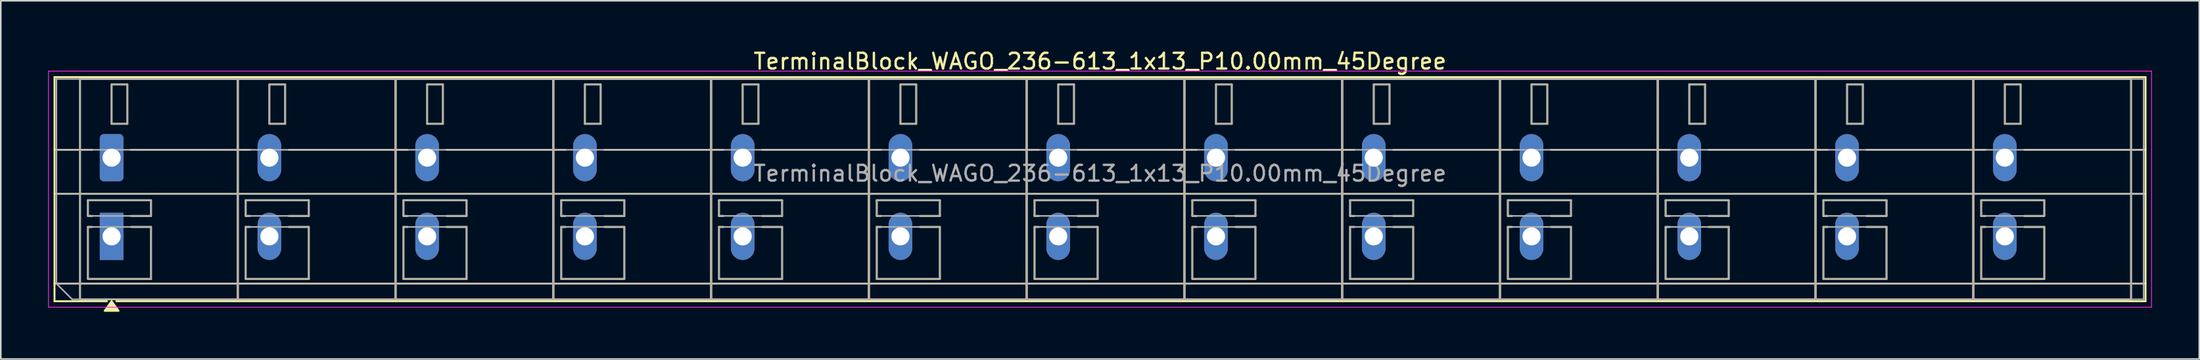
<source format=kicad_pcb>
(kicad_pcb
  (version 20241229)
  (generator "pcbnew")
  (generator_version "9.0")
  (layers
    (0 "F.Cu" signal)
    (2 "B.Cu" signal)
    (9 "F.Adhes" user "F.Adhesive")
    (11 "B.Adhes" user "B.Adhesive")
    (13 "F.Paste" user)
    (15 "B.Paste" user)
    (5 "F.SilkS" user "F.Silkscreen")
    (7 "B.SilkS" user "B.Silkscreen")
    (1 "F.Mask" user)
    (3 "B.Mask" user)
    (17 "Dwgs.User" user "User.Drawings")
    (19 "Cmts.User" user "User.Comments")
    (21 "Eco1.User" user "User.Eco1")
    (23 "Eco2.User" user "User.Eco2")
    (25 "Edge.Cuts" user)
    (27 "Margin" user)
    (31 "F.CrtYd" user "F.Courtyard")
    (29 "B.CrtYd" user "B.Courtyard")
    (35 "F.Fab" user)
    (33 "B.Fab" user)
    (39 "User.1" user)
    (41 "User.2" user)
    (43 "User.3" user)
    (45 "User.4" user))
  (footprint "TerminalBlock_WAGO_236-613_1x13_P10.00mm_45Degree"
    (layer "F.Cu")
    (at 4.025 6.968)
    (property "Reference" "TerminalBlock_WAGO_236-613_1x13_P10.00mm_45Degree" (at 62.65 -6.12 0) (layer "F.SilkS") (effects (font (size 1 1) (thickness 0.15))))
    (attr through_hole)
    (fp_line (start -3.62 -5.12) (end 128.92 -5.12) (stroke (width 0.12) (type solid)) (layer "F.SilkS"))
    (fp_line (start -3.62 -0.5) (end -1.23 -0.5) (stroke (width 0.12) (type solid)) (layer "F.SilkS"))
    (fp_line (start -3.62 2.3) (end 128.92 2.3) (stroke (width 0.12) (type solid)) (layer "F.SilkS"))
    (fp_line (start -3.62 8) (end 128.92 8) (stroke (width 0.12) (type solid)) (layer "F.SilkS"))
    (fp_line (start -3.62 9.12) (end -3.62 -5.12) (stroke (width 0.12) (type solid)) (layer "F.SilkS"))
    (fp_line (start -2 -5) (end 8 -5) (stroke (width 0.12) (type solid)) (layer "F.SilkS"))
    (fp_line (start -2 9) (end -2 -5) (stroke (width 0.12) (type solid)) (layer "F.SilkS"))
    (fp_line (start -1.5 2.7) (end 2.5 2.7) (stroke (width 0.12) (type solid)) (layer "F.SilkS"))
    (fp_line (start -1.5 3.7) (end -1.5 2.7) (stroke (width 0.12) (type solid)) (layer "F.SilkS"))
    (fp_line (start -1.5 4.4) (end -1.23 4.4) (stroke (width 0.12) (type solid)) (layer "F.SilkS"))
    (fp_line (start -1.5 7.7) (end -1.5 4.4) (stroke (width 0.12) (type solid)) (layer "F.SilkS"))
    (fp_line (start -1.23 3.7) (end -1.5 3.7) (stroke (width 0.12) (type solid)) (layer "F.SilkS"))
    (fp_line (start -0.3 9.12) (end -3.62 9.12) (stroke (width 0.12) (type solid)) (layer "F.SilkS"))
    (fp_line (start 0 -4.65) (end 1 -4.65) (stroke (width 0.12) (type solid)) (layer "F.SilkS"))
    (fp_line (start 0 -2.15) (end 0 -4.65) (stroke (width 0.12) (type solid)) (layer "F.SilkS"))
    (fp_line (start 1 -4.65) (end 1 -2.15) (stroke (width 0.12) (type solid)) (layer "F.SilkS"))
    (fp_line (start 1 -2.15) (end 0 -2.15) (stroke (width 0.12) (type solid)) (layer "F.SilkS"))
    (fp_line (start 1.23 -0.5) (end 8.77 -0.5) (stroke (width 0.12) (type solid)) (layer "F.SilkS"))
    (fp_line (start 1.23 4.4) (end 2.5 4.4) (stroke (width 0.12) (type solid)) (layer "F.SilkS"))
    (fp_line (start 2.5 2.7) (end 2.5 3.7) (stroke (width 0.12) (type solid)) (layer "F.SilkS"))
    (fp_line (start 2.5 3.7) (end 1.23 3.7) (stroke (width 0.12) (type solid)) (layer "F.SilkS"))
    (fp_line (start 2.5 4.4) (end 2.5 7.7) (stroke (width 0.12) (type solid)) (layer "F.SilkS"))
    (fp_line (start 2.5 7.7) (end -1.5 7.7) (stroke (width 0.12) (type solid)) (layer "F.SilkS"))
    (fp_line (start 8 -5) (end 8 9) (stroke (width 0.12) (type solid)) (layer "F.SilkS"))
    (fp_line (start 8 -5) (end 18 -5) (stroke (width 0.12) (type solid)) (layer "F.SilkS"))
    (fp_line (start 8 9) (end -2 9) (stroke (width 0.12) (type solid)) (layer "F.SilkS"))
    (fp_line (start 8 9) (end 8 -5) (stroke (width 0.12) (type solid)) (layer "F.SilkS"))
    (fp_line (start 8.5 2.7) (end 12.5 2.7) (stroke (width 0.12) (type solid)) (layer "F.SilkS"))
    (fp_line (start 8.5 3.7) (end 8.5 2.7) (stroke (width 0.12) (type solid)) (layer "F.SilkS"))
    (fp_line (start 8.5 4.4) (end 8.77 4.4) (stroke (width 0.12) (type solid)) (layer "F.SilkS"))
    (fp_line (start 8.5 7.7) (end 8.5 4.4) (stroke (width 0.12) (type solid)) (layer "F.SilkS"))
    (fp_line (start 8.77 3.7) (end 8.5 3.7) (stroke (width 0.12) (type solid)) (layer "F.SilkS"))
    (fp_line (start 10 -4.65) (end 11 -4.65) (stroke (width 0.12) (type solid)) (layer "F.SilkS"))
    (fp_line (start 10 -2.15) (end 10 -4.65) (stroke (width 0.12) (type solid)) (layer "F.SilkS"))
    (fp_line (start 11 -4.65) (end 11 -2.15) (stroke (width 0.12) (type solid)) (layer "F.SilkS"))
    (fp_line (start 11 -2.15) (end 10 -2.15) (stroke (width 0.12) (type solid)) (layer "F.SilkS"))
    (fp_line (start 11.23 -0.5) (end 18.77 -0.5) (stroke (width 0.12) (type solid)) (layer "F.SilkS"))
    (fp_line (start 11.23 4.4) (end 12.5 4.4) (stroke (width 0.12) (type solid)) (layer "F.SilkS"))
    (fp_line (start 12.5 2.7) (end 12.5 3.7) (stroke (width 0.12) (type solid)) (layer "F.SilkS"))
    (fp_line (start 12.5 3.7) (end 11.23 3.7) (stroke (width 0.12) (type solid)) (layer "F.SilkS"))
    (fp_line (start 12.5 4.4) (end 12.5 7.7) (stroke (width 0.12) (type solid)) (layer "F.SilkS"))
    (fp_line (start 12.5 7.7) (end 8.5 7.7) (stroke (width 0.12) (type solid)) (layer "F.SilkS"))
    (fp_line (start 18 -5) (end 18 9) (stroke (width 0.12) (type solid)) (layer "F.SilkS"))
    (fp_line (start 18 -5) (end 28 -5) (stroke (width 0.12) (type solid)) (layer "F.SilkS"))
    (fp_line (start 18 9) (end 8 9) (stroke (width 0.12) (type solid)) (layer "F.SilkS"))
    (fp_line (start 18 9) (end 18 -5) (stroke (width 0.12) (type solid)) (layer "F.SilkS"))
    (fp_line (start 18.5 2.7) (end 22.5 2.7) (stroke (width 0.12) (type solid)) (layer "F.SilkS"))
    (fp_line (start 18.5 3.7) (end 18.5 2.7) (stroke (width 0.12) (type solid)) (layer "F.SilkS"))
    (fp_line (start 18.5 4.4) (end 18.77 4.4) (stroke (width 0.12) (type solid)) (layer "F.SilkS"))
    (fp_line (start 18.5 7.7) (end 18.5 4.4) (stroke (width 0.12) (type solid)) (layer "F.SilkS"))
    (fp_line (start 18.77 3.7) (end 18.5 3.7) (stroke (width 0.12) (type solid)) (layer "F.SilkS"))
    (fp_line (start 20 -4.65) (end 21 -4.65) (stroke (width 0.12) (type solid)) (layer "F.SilkS"))
    (fp_line (start 20 -2.15) (end 20 -4.65) (stroke (width 0.12) (type solid)) (layer "F.SilkS"))
    (fp_line (start 21 -4.65) (end 21 -2.15) (stroke (width 0.12) (type solid)) (layer "F.SilkS"))
    (fp_line (start 21 -2.15) (end 20 -2.15) (stroke (width 0.12) (type solid)) (layer "F.SilkS"))
    (fp_line (start 21.23 -0.5) (end 28.77 -0.5) (stroke (width 0.12) (type solid)) (layer "F.SilkS"))
    (fp_line (start 21.23 4.4) (end 22.5 4.4) (stroke (width 0.12) (type solid)) (layer "F.SilkS"))
    (fp_line (start 22.5 2.7) (end 22.5 3.7) (stroke (width 0.12) (type solid)) (layer "F.SilkS"))
    (fp_line (start 22.5 3.7) (end 21.23 3.7) (stroke (width 0.12) (type solid)) (layer "F.SilkS"))
    (fp_line (start 22.5 4.4) (end 22.5 7.7) (stroke (width 0.12) (type solid)) (layer "F.SilkS"))
    (fp_line (start 22.5 7.7) (end 18.5 7.7) (stroke (width 0.12) (type solid)) (layer "F.SilkS"))
    (fp_line (start 28 -5) (end 28 9) (stroke (width 0.12) (type solid)) (layer "F.SilkS"))
    (fp_line (start 28 -5) (end 38 -5) (stroke (width 0.12) (type solid)) (layer "F.SilkS"))
    (fp_line (start 28 9) (end 18 9) (stroke (width 0.12) (type solid)) (layer "F.SilkS"))
    (fp_line (start 28 9) (end 28 -5) (stroke (width 0.12) (type solid)) (layer "F.SilkS"))
    (fp_line (start 28.5 2.7) (end 32.5 2.7) (stroke (width 0.12) (type solid)) (layer "F.SilkS"))
    (fp_line (start 28.5 3.7) (end 28.5 2.7) (stroke (width 0.12) (type solid)) (layer "F.SilkS"))
    (fp_line (start 28.5 4.4) (end 28.77 4.4) (stroke (width 0.12) (type solid)) (layer "F.SilkS"))
    (fp_line (start 28.5 7.7) (end 28.5 4.4) (stroke (width 0.12) (type solid)) (layer "F.SilkS"))
    (fp_line (start 28.77 3.7) (end 28.5 3.7) (stroke (width 0.12) (type solid)) (layer "F.SilkS"))
    (fp_line (start 30 -4.65) (end 31 -4.65) (stroke (width 0.12) (type solid)) (layer "F.SilkS"))
    (fp_line (start 30 -2.15) (end 30 -4.65) (stroke (width 0.12) (type solid)) (layer "F.SilkS"))
    (fp_line (start 31 -4.65) (end 31 -2.15) (stroke (width 0.12) (type solid)) (layer "F.SilkS"))
    (fp_line (start 31 -2.15) (end 30 -2.15) (stroke (width 0.12) (type solid)) (layer "F.SilkS"))
    (fp_line (start 31.23 -0.5) (end 38.77 -0.5) (stroke (width 0.12) (type solid)) (layer "F.SilkS"))
    (fp_line (start 31.23 4.4) (end 32.5 4.4) (stroke (width 0.12) (type solid)) (layer "F.SilkS"))
    (fp_line (start 32.5 2.7) (end 32.5 3.7) (stroke (width 0.12) (type solid)) (layer "F.SilkS"))
    (fp_line (start 32.5 3.7) (end 31.23 3.7) (stroke (width 0.12) (type solid)) (layer "F.SilkS"))
    (fp_line (start 32.5 4.4) (end 32.5 7.7) (stroke (width 0.12) (type solid)) (layer "F.SilkS"))
    (fp_line (start 32.5 7.7) (end 28.5 7.7) (stroke (width 0.12) (type solid)) (layer "F.SilkS"))
    (fp_line (start 38 -5) (end 38 9) (stroke (width 0.12) (type solid)) (layer "F.SilkS"))
    (fp_line (start 38 -5) (end 48 -5) (stroke (width 0.12) (type solid)) (layer "F.SilkS"))
    (fp_line (start 38 9) (end 28 9) (stroke (width 0.12) (type solid)) (layer "F.SilkS"))
    (fp_line (start 38 9) (end 38 -5) (stroke (width 0.12) (type solid)) (layer "F.SilkS"))
    (fp_line (start 38.5 2.7) (end 42.5 2.7) (stroke (width 0.12) (type solid)) (layer "F.SilkS"))
    (fp_line (start 38.5 3.7) (end 38.5 2.7) (stroke (width 0.12) (type solid)) (layer "F.SilkS"))
    (fp_line (start 38.5 4.4) (end 38.77 4.4) (stroke (width 0.12) (type solid)) (layer "F.SilkS"))
    (fp_line (start 38.5 7.7) (end 38.5 4.4) (stroke (width 0.12) (type solid)) (layer "F.SilkS"))
    (fp_line (start 38.77 3.7) (end 38.5 3.7) (stroke (width 0.12) (type solid)) (layer "F.SilkS"))
    (fp_line (start 40 -4.65) (end 41 -4.65) (stroke (width 0.12) (type solid)) (layer "F.SilkS"))
    (fp_line (start 40 -2.15) (end 40 -4.65) (stroke (width 0.12) (type solid)) (layer "F.SilkS"))
    (fp_line (start 41 -4.65) (end 41 -2.15) (stroke (width 0.12) (type solid)) (layer "F.SilkS"))
    (fp_line (start 41 -2.15) (end 40 -2.15) (stroke (width 0.12) (type solid)) (layer "F.SilkS"))
    (fp_line (start 41.23 -0.5) (end 48.77 -0.5) (stroke (width 0.12) (type solid)) (layer "F.SilkS"))
    (fp_line (start 41.23 4.4) (end 42.5 4.4) (stroke (width 0.12) (type solid)) (layer "F.SilkS"))
    (fp_line (start 42.5 2.7) (end 42.5 3.7) (stroke (width 0.12) (type solid)) (layer "F.SilkS"))
    (fp_line (start 42.5 3.7) (end 41.23 3.7) (stroke (width 0.12) (type solid)) (layer "F.SilkS"))
    (fp_line (start 42.5 4.4) (end 42.5 7.7) (stroke (width 0.12) (type solid)) (layer "F.SilkS"))
    (fp_line (start 42.5 7.7) (end 38.5 7.7) (stroke (width 0.12) (type solid)) (layer "F.SilkS"))
    (fp_line (start 48 -5) (end 48 9) (stroke (width 0.12) (type solid)) (layer "F.SilkS"))
    (fp_line (start 48 -5) (end 58 -5) (stroke (width 0.12) (type solid)) (layer "F.SilkS"))
    (fp_line (start 48 9) (end 38 9) (stroke (width 0.12) (type solid)) (layer "F.SilkS"))
    (fp_line (start 48 9) (end 48 -5) (stroke (width 0.12) (type solid)) (layer "F.SilkS"))
    (fp_line (start 48.5 2.7) (end 52.5 2.7) (stroke (width 0.12) (type solid)) (layer "F.SilkS"))
    (fp_line (start 48.5 3.7) (end 48.5 2.7) (stroke (width 0.12) (type solid)) (layer "F.SilkS"))
    (fp_line (start 48.5 4.4) (end 48.77 4.4) (stroke (width 0.12) (type solid)) (layer "F.SilkS"))
    (fp_line (start 48.5 7.7) (end 48.5 4.4) (stroke (width 0.12) (type solid)) (layer "F.SilkS"))
    (fp_line (start 48.77 3.7) (end 48.5 3.7) (stroke (width 0.12) (type solid)) (layer "F.SilkS"))
    (fp_line (start 50 -4.65) (end 51 -4.65) (stroke (width 0.12) (type solid)) (layer "F.SilkS"))
    (fp_line (start 50 -2.15) (end 50 -4.65) (stroke (width 0.12) (type solid)) (layer "F.SilkS"))
    (fp_line (start 51 -4.65) (end 51 -2.15) (stroke (width 0.12) (type solid)) (layer "F.SilkS"))
    (fp_line (start 51 -2.15) (end 50 -2.15) (stroke (width 0.12) (type solid)) (layer "F.SilkS"))
    (fp_line (start 51.23 -0.5) (end 58.77 -0.5) (stroke (width 0.12) (type solid)) (layer "F.SilkS"))
    (fp_line (start 51.23 4.4) (end 52.5 4.4) (stroke (width 0.12) (type solid)) (layer "F.SilkS"))
    (fp_line (start 52.5 2.7) (end 52.5 3.7) (stroke (width 0.12) (type solid)) (layer "F.SilkS"))
    (fp_line (start 52.5 3.7) (end 51.23 3.7) (stroke (width 0.12) (type solid)) (layer "F.SilkS"))
    (fp_line (start 52.5 4.4) (end 52.5 7.7) (stroke (width 0.12) (type solid)) (layer "F.SilkS"))
    (fp_line (start 52.5 7.7) (end 48.5 7.7) (stroke (width 0.12) (type solid)) (layer "F.SilkS"))
    (fp_line (start 58 -5) (end 58 9) (stroke (width 0.12) (type solid)) (layer "F.SilkS"))
    (fp_line (start 58 -5) (end 68 -5) (stroke (width 0.12) (type solid)) (layer "F.SilkS"))
    (fp_line (start 58 9) (end 48 9) (stroke (width 0.12) (type solid)) (layer "F.SilkS"))
    (fp_line (start 58 9) (end 58 -5) (stroke (width 0.12) (type solid)) (layer "F.SilkS"))
    (fp_line (start 58.5 2.7) (end 62.5 2.7) (stroke (width 0.12) (type solid)) (layer "F.SilkS"))
    (fp_line (start 58.5 3.7) (end 58.5 2.7) (stroke (width 0.12) (type solid)) (layer "F.SilkS"))
    (fp_line (start 58.5 4.4) (end 58.77 4.4) (stroke (width 0.12) (type solid)) (layer "F.SilkS"))
    (fp_line (start 58.5 7.7) (end 58.5 4.4) (stroke (width 0.12) (type solid)) (layer "F.SilkS"))
    (fp_line (start 58.77 3.7) (end 58.5 3.7) (stroke (width 0.12) (type solid)) (layer "F.SilkS"))
    (fp_line (start 60 -4.65) (end 61 -4.65) (stroke (width 0.12) (type solid)) (layer "F.SilkS"))
    (fp_line (start 60 -2.15) (end 60 -4.65) (stroke (width 0.12) (type solid)) (layer "F.SilkS"))
    (fp_line (start 61 -4.65) (end 61 -2.15) (stroke (width 0.12) (type solid)) (layer "F.SilkS"))
    (fp_line (start 61 -2.15) (end 60 -2.15) (stroke (width 0.12) (type solid)) (layer "F.SilkS"))
    (fp_line (start 61.23 -0.5) (end 68.77 -0.5) (stroke (width 0.12) (type solid)) (layer "F.SilkS"))
    (fp_line (start 61.23 4.4) (end 62.5 4.4) (stroke (width 0.12) (type solid)) (layer "F.SilkS"))
    (fp_line (start 62.5 2.7) (end 62.5 3.7) (stroke (width 0.12) (type solid)) (layer "F.SilkS"))
    (fp_line (start 62.5 3.7) (end 61.23 3.7) (stroke (width 0.12) (type solid)) (layer "F.SilkS"))
    (fp_line (start 62.5 4.4) (end 62.5 7.7) (stroke (width 0.12) (type solid)) (layer "F.SilkS"))
    (fp_line (start 62.5 7.7) (end 58.5 7.7) (stroke (width 0.12) (type solid)) (layer "F.SilkS"))
    (fp_line (start 68 -5) (end 68 9) (stroke (width 0.12) (type solid)) (layer "F.SilkS"))
    (fp_line (start 68 -5) (end 78 -5) (stroke (width 0.12) (type solid)) (layer "F.SilkS"))
    (fp_line (start 68 9) (end 58 9) (stroke (width 0.12) (type solid)) (layer "F.SilkS"))
    (fp_line (start 68 9) (end 68 -5) (stroke (width 0.12) (type solid)) (layer "F.SilkS"))
    (fp_line (start 68.5 2.7) (end 72.5 2.7) (stroke (width 0.12) (type solid)) (layer "F.SilkS"))
    (fp_line (start 68.5 3.7) (end 68.5 2.7) (stroke (width 0.12) (type solid)) (layer "F.SilkS"))
    (fp_line (start 68.5 4.4) (end 68.77 4.4) (stroke (width 0.12) (type solid)) (layer "F.SilkS"))
    (fp_line (start 68.5 7.7) (end 68.5 4.4) (stroke (width 0.12) (type solid)) (layer "F.SilkS"))
    (fp_line (start 68.77 3.7) (end 68.5 3.7) (stroke (width 0.12) (type solid)) (layer "F.SilkS"))
    (fp_line (start 70 -4.65) (end 71 -4.65) (stroke (width 0.12) (type solid)) (layer "F.SilkS"))
    (fp_line (start 70 -2.15) (end 70 -4.65) (stroke (width 0.12) (type solid)) (layer "F.SilkS"))
    (fp_line (start 71 -4.65) (end 71 -2.15) (stroke (width 0.12) (type solid)) (layer "F.SilkS"))
    (fp_line (start 71 -2.15) (end 70 -2.15) (stroke (width 0.12) (type solid)) (layer "F.SilkS"))
    (fp_line (start 71.23 -0.5) (end 78.77 -0.5) (stroke (width 0.12) (type solid)) (layer "F.SilkS"))
    (fp_line (start 71.23 4.4) (end 72.5 4.4) (stroke (width 0.12) (type solid)) (layer "F.SilkS"))
    (fp_line (start 72.5 2.7) (end 72.5 3.7) (stroke (width 0.12) (type solid)) (layer "F.SilkS"))
    (fp_line (start 72.5 3.7) (end 71.23 3.7) (stroke (width 0.12) (type solid)) (layer "F.SilkS"))
    (fp_line (start 72.5 4.4) (end 72.5 7.7) (stroke (width 0.12) (type solid)) (layer "F.SilkS"))
    (fp_line (start 72.5 7.7) (end 68.5 7.7) (stroke (width 0.12) (type solid)) (layer "F.SilkS"))
    (fp_line (start 78 -5) (end 78 9) (stroke (width 0.12) (type solid)) (layer "F.SilkS"))
    (fp_line (start 78 -5) (end 88 -5) (stroke (width 0.12) (type solid)) (layer "F.SilkS"))
    (fp_line (start 78 9) (end 68 9) (stroke (width 0.12) (type solid)) (layer "F.SilkS"))
    (fp_line (start 78 9) (end 78 -5) (stroke (width 0.12) (type solid)) (layer "F.SilkS"))
    (fp_line (start 78.5 2.7) (end 82.5 2.7) (stroke (width 0.12) (type solid)) (layer "F.SilkS"))
    (fp_line (start 78.5 3.7) (end 78.5 2.7) (stroke (width 0.12) (type solid)) (layer "F.SilkS"))
    (fp_line (start 78.5 4.4) (end 78.77 4.4) (stroke (width 0.12) (type solid)) (layer "F.SilkS"))
    (fp_line (start 78.5 7.7) (end 78.5 4.4) (stroke (width 0.12) (type solid)) (layer "F.SilkS"))
    (fp_line (start 78.77 3.7) (end 78.5 3.7) (stroke (width 0.12) (type solid)) (layer "F.SilkS"))
    (fp_line (start 80 -4.65) (end 81 -4.65) (stroke (width 0.12) (type solid)) (layer "F.SilkS"))
    (fp_line (start 80 -2.15) (end 80 -4.65) (stroke (width 0.12) (type solid)) (layer "F.SilkS"))
    (fp_line (start 81 -4.65) (end 81 -2.15) (stroke (width 0.12) (type solid)) (layer "F.SilkS"))
    (fp_line (start 81 -2.15) (end 80 -2.15) (stroke (width 0.12) (type solid)) (layer "F.SilkS"))
    (fp_line (start 81.23 -0.5) (end 88.77 -0.5) (stroke (width 0.12) (type solid)) (layer "F.SilkS"))
    (fp_line (start 81.23 4.4) (end 82.5 4.4) (stroke (width 0.12) (type solid)) (layer "F.SilkS"))
    (fp_line (start 82.5 2.7) (end 82.5 3.7) (stroke (width 0.12) (type solid)) (layer "F.SilkS"))
    (fp_line (start 82.5 3.7) (end 81.23 3.7) (stroke (width 0.12) (type solid)) (layer "F.SilkS"))
    (fp_line (start 82.5 4.4) (end 82.5 7.7) (stroke (width 0.12) (type solid)) (layer "F.SilkS"))
    (fp_line (start 82.5 7.7) (end 78.5 7.7) (stroke (width 0.12) (type solid)) (layer "F.SilkS"))
    (fp_line (start 88 -5) (end 88 9) (stroke (width 0.12) (type solid)) (layer "F.SilkS"))
    (fp_line (start 88 -5) (end 98 -5) (stroke (width 0.12) (type solid)) (layer "F.SilkS"))
    (fp_line (start 88 9) (end 78 9) (stroke (width 0.12) (type solid)) (layer "F.SilkS"))
    (fp_line (start 88 9) (end 88 -5) (stroke (width 0.12) (type solid)) (layer "F.SilkS"))
    (fp_line (start 88.5 2.7) (end 92.5 2.7) (stroke (width 0.12) (type solid)) (layer "F.SilkS"))
    (fp_line (start 88.5 3.7) (end 88.5 2.7) (stroke (width 0.12) (type solid)) (layer "F.SilkS"))
    (fp_line (start 88.5 4.4) (end 88.77 4.4) (stroke (width 0.12) (type solid)) (layer "F.SilkS"))
    (fp_line (start 88.5 7.7) (end 88.5 4.4) (stroke (width 0.12) (type solid)) (layer "F.SilkS"))
    (fp_line (start 88.77 3.7) (end 88.5 3.7) (stroke (width 0.12) (type solid)) (layer "F.SilkS"))
    (fp_line (start 90 -4.65) (end 91 -4.65) (stroke (width 0.12) (type solid)) (layer "F.SilkS"))
    (fp_line (start 90 -2.15) (end 90 -4.65) (stroke (width 0.12) (type solid)) (layer "F.SilkS"))
    (fp_line (start 91 -4.65) (end 91 -2.15) (stroke (width 0.12) (type solid)) (layer "F.SilkS"))
    (fp_line (start 91 -2.15) (end 90 -2.15) (stroke (width 0.12) (type solid)) (layer "F.SilkS"))
    (fp_line (start 91.23 -0.5) (end 98.77 -0.5) (stroke (width 0.12) (type solid)) (layer "F.SilkS"))
    (fp_line (start 91.23 4.4) (end 92.5 4.4) (stroke (width 0.12) (type solid)) (layer "F.SilkS"))
    (fp_line (start 92.5 2.7) (end 92.5 3.7) (stroke (width 0.12) (type solid)) (layer "F.SilkS"))
    (fp_line (start 92.5 3.7) (end 91.23 3.7) (stroke (width 0.12) (type solid)) (layer "F.SilkS"))
    (fp_line (start 92.5 4.4) (end 92.5 7.7) (stroke (width 0.12) (type solid)) (layer "F.SilkS"))
    (fp_line (start 92.5 7.7) (end 88.5 7.7) (stroke (width 0.12) (type solid)) (layer "F.SilkS"))
    (fp_line (start 98 -5) (end 98 9) (stroke (width 0.12) (type solid)) (layer "F.SilkS"))
    (fp_line (start 98 -5) (end 108 -5) (stroke (width 0.12) (type solid)) (layer "F.SilkS"))
    (fp_line (start 98 9) (end 88 9) (stroke (width 0.12) (type solid)) (layer "F.SilkS"))
    (fp_line (start 98 9) (end 98 -5) (stroke (width 0.12) (type solid)) (layer "F.SilkS"))
    (fp_line (start 98.5 2.7) (end 102.5 2.7) (stroke (width 0.12) (type solid)) (layer "F.SilkS"))
    (fp_line (start 98.5 3.7) (end 98.5 2.7) (stroke (width 0.12) (type solid)) (layer "F.SilkS"))
    (fp_line (start 98.5 4.4) (end 98.77 4.4) (stroke (width 0.12) (type solid)) (layer "F.SilkS"))
    (fp_line (start 98.5 7.7) (end 98.5 4.4) (stroke (width 0.12) (type solid)) (layer "F.SilkS"))
    (fp_line (start 98.77 3.7) (end 98.5 3.7) (stroke (width 0.12) (type solid)) (layer "F.SilkS"))
    (fp_line (start 100 -4.65) (end 101 -4.65) (stroke (width 0.12) (type solid)) (layer "F.SilkS"))
    (fp_line (start 100 -2.15) (end 100 -4.65) (stroke (width 0.12) (type solid)) (layer "F.SilkS"))
    (fp_line (start 101 -4.65) (end 101 -2.15) (stroke (width 0.12) (type solid)) (layer "F.SilkS"))
    (fp_line (start 101 -2.15) (end 100 -2.15) (stroke (width 0.12) (type solid)) (layer "F.SilkS"))
    (fp_line (start 101.23 -0.5) (end 108.77 -0.5) (stroke (width 0.12) (type solid)) (layer "F.SilkS"))
    (fp_line (start 101.23 4.4) (end 102.5 4.4) (stroke (width 0.12) (type solid)) (layer "F.SilkS"))
    (fp_line (start 102.5 2.7) (end 102.5 3.7) (stroke (width 0.12) (type solid)) (layer "F.SilkS"))
    (fp_line (start 102.5 3.7) (end 101.23 3.7) (stroke (width 0.12) (type solid)) (layer "F.SilkS"))
    (fp_line (start 102.5 4.4) (end 102.5 7.7) (stroke (width 0.12) (type solid)) (layer "F.SilkS"))
    (fp_line (start 102.5 7.7) (end 98.5 7.7) (stroke (width 0.12) (type solid)) (layer "F.SilkS"))
    (fp_line (start 108 -5) (end 108 9) (stroke (width 0.12) (type solid)) (layer "F.SilkS"))
    (fp_line (start 108 -5) (end 118 -5) (stroke (width 0.12) (type solid)) (layer "F.SilkS"))
    (fp_line (start 108 9) (end 98 9) (stroke (width 0.12) (type solid)) (layer "F.SilkS"))
    (fp_line (start 108 9) (end 108 -5) (stroke (width 0.12) (type solid)) (layer "F.SilkS"))
    (fp_line (start 108.5 2.7) (end 112.5 2.7) (stroke (width 0.12) (type solid)) (layer "F.SilkS"))
    (fp_line (start 108.5 3.7) (end 108.5 2.7) (stroke (width 0.12) (type solid)) (layer "F.SilkS"))
    (fp_line (start 108.5 4.4) (end 108.77 4.4) (stroke (width 0.12) (type solid)) (layer "F.SilkS"))
    (fp_line (start 108.5 7.7) (end 108.5 4.4) (stroke (width 0.12) (type solid)) (layer "F.SilkS"))
    (fp_line (start 108.77 3.7) (end 108.5 3.7) (stroke (width 0.12) (type solid)) (layer "F.SilkS"))
    (fp_line (start 110 -4.65) (end 111 -4.65) (stroke (width 0.12) (type solid)) (layer "F.SilkS"))
    (fp_line (start 110 -2.15) (end 110 -4.65) (stroke (width 0.12) (type solid)) (layer "F.SilkS"))
    (fp_line (start 111 -4.65) (end 111 -2.15) (stroke (width 0.12) (type solid)) (layer "F.SilkS"))
    (fp_line (start 111 -2.15) (end 110 -2.15) (stroke (width 0.12) (type solid)) (layer "F.SilkS"))
    (fp_line (start 111.23 -0.5) (end 118.77 -0.5) (stroke (width 0.12) (type solid)) (layer "F.SilkS"))
    (fp_line (start 111.23 4.4) (end 112.5 4.4) (stroke (width 0.12) (type solid)) (layer "F.SilkS"))
    (fp_line (start 112.5 2.7) (end 112.5 3.7) (stroke (width 0.12) (type solid)) (layer "F.SilkS"))
    (fp_line (start 112.5 3.7) (end 111.23 3.7) (stroke (width 0.12) (type solid)) (layer "F.SilkS"))
    (fp_line (start 112.5 4.4) (end 112.5 7.7) (stroke (width 0.12) (type solid)) (layer "F.SilkS"))
    (fp_line (start 112.5 7.7) (end 108.5 7.7) (stroke (width 0.12) (type solid)) (layer "F.SilkS"))
    (fp_line (start 118 -5) (end 118 9) (stroke (width 0.12) (type solid)) (layer "F.SilkS"))
    (fp_line (start 118 -5) (end 128 -5) (stroke (width 0.12) (type solid)) (layer "F.SilkS"))
    (fp_line (start 118 9) (end 108 9) (stroke (width 0.12) (type solid)) (layer "F.SilkS"))
    (fp_line (start 118 9) (end 118 -5) (stroke (width 0.12) (type solid)) (layer "F.SilkS"))
    (fp_line (start 118.5 2.7) (end 122.5 2.7) (stroke (width 0.12) (type solid)) (layer "F.SilkS"))
    (fp_line (start 118.5 3.7) (end 118.5 2.7) (stroke (width 0.12) (type solid)) (layer "F.SilkS"))
    (fp_line (start 118.5 4.4) (end 118.77 4.4) (stroke (width 0.12) (type solid)) (layer "F.SilkS"))
    (fp_line (start 118.5 7.7) (end 118.5 4.4) (stroke (width 0.12) (type solid)) (layer "F.SilkS"))
    (fp_line (start 118.77 3.7) (end 118.5 3.7) (stroke (width 0.12) (type solid)) (layer "F.SilkS"))
    (fp_line (start 120 -4.65) (end 121 -4.65) (stroke (width 0.12) (type solid)) (layer "F.SilkS"))
    (fp_line (start 120 -2.15) (end 120 -4.65) (stroke (width 0.12) (type solid)) (layer "F.SilkS"))
    (fp_line (start 121 -4.65) (end 121 -2.15) (stroke (width 0.12) (type solid)) (layer "F.SilkS"))
    (fp_line (start 121 -2.15) (end 120 -2.15) (stroke (width 0.12) (type solid)) (layer "F.SilkS"))
    (fp_line (start 121.23 -0.5) (end 128.92 -0.5) (stroke (width 0.12) (type solid)) (layer "F.SilkS"))
    (fp_line (start 121.23 4.4) (end 122.5 4.4) (stroke (width 0.12) (type solid)) (layer "F.SilkS"))
    (fp_line (start 122.5 2.7) (end 122.5 3.7) (stroke (width 0.12) (type solid)) (layer "F.SilkS"))
    (fp_line (start 122.5 3.7) (end 121.23 3.7) (stroke (width 0.12) (type solid)) (layer "F.SilkS"))
    (fp_line (start 122.5 4.4) (end 122.5 7.7) (stroke (width 0.12) (type solid)) (layer "F.SilkS"))
    (fp_line (start 122.5 7.7) (end 118.5 7.7) (stroke (width 0.12) (type solid)) (layer "F.SilkS"))
    (fp_line (start 128 -5) (end 128 9) (stroke (width 0.12) (type solid)) (layer "F.SilkS"))
    (fp_line (start 128 9) (end 118 9) (stroke (width 0.12) (type solid)) (layer "F.SilkS"))
    (fp_line (start 128.92 -5.12) (end 128.92 9.12) (stroke (width 0.12) (type solid)) (layer "F.SilkS"))
    (fp_line (start 128.92 9.12) (end 0.3 9.12) (stroke (width 0.12) (type solid)) (layer "F.SilkS"))
    (fp_poly (pts (xy 0 9.12) (xy 0.44 9.73) (xy -0.44 9.73)) (stroke (width 0.12) (type solid)) (fill yes) (layer "F.SilkS"))
    (fp_line (start -4 -5.5) (end -4 9.5) (stroke (width 0.05) (type solid)) (layer "F.CrtYd"))
    (fp_line (start -4 9.5) (end 129.3 9.5) (stroke (width 0.05) (type solid)) (layer "F.CrtYd"))
    (fp_line (start 129.3 -5.5) (end -4 -5.5) (stroke (width 0.05) (type solid)) (layer "F.CrtYd"))
    (fp_line (start 129.3 9.5) (end 129.3 -5.5) (stroke (width 0.05) (type solid)) (layer "F.CrtYd"))
    (fp_line (start -3.5 -5) (end 128.8 -5) (stroke (width 0.1) (type solid)) (layer "F.Fab"))
    (fp_line (start -3.5 -0.5) (end 128.8 -0.5) (stroke (width 0.1) (type solid)) (layer "F.Fab"))
    (fp_line (start -3.5 2.3) (end 128.8 2.3) (stroke (width 0.1) (type solid)) (layer "F.Fab"))
    (fp_line (start -3.5 8) (end -3.5 -5) (stroke (width 0.1) (type solid)) (layer "F.Fab"))
    (fp_line (start -3.5 8) (end 128.8 8) (stroke (width 0.1) (type solid)) (layer "F.Fab"))
    (fp_line (start -2.5 9) (end -3.5 8) (stroke (width 0.1) (type solid)) (layer "F.Fab"))
    (fp_line (start -2 -5) (end -2 9) (stroke (width 0.1) (type solid)) (layer "F.Fab"))
    (fp_line (start -2 9) (end 8 9) (stroke (width 0.1) (type solid)) (layer "F.Fab"))
    (fp_line (start -1.5 2.7) (end -1.5 3.7) (stroke (width 0.1) (type solid)) (layer "F.Fab"))
    (fp_line (start -1.5 3.7) (end 2.5 3.7) (stroke (width 0.1) (type solid)) (layer "F.Fab"))
    (fp_line (start -1.5 4.4) (end -1.5 7.7) (stroke (width 0.1) (type solid)) (layer "F.Fab"))
    (fp_line (start -1.5 7.7) (end 2.5 7.7) (stroke (width 0.1) (type solid)) (layer "F.Fab"))
    (fp_line (start 0 -4.65) (end 0 -2.15) (stroke (width 0.1) (type solid)) (layer "F.Fab"))
    (fp_line (start 0 -2.15) (end 1 -2.15) (stroke (width 0.1) (type solid)) (layer "F.Fab"))
    (fp_line (start 1 -4.65) (end 0 -4.65) (stroke (width 0.1) (type solid)) (layer "F.Fab"))
    (fp_line (start 1 -2.15) (end 1 -4.65) (stroke (width 0.1) (type solid)) (layer "F.Fab"))
    (fp_line (start 2.5 2.7) (end -1.5 2.7) (stroke (width 0.1) (type solid)) (layer "F.Fab"))
    (fp_line (start 2.5 3.7) (end 2.5 2.7) (stroke (width 0.1) (type solid)) (layer "F.Fab"))
    (fp_line (start 2.5 4.4) (end -1.5 4.4) (stroke (width 0.1) (type solid)) (layer "F.Fab"))
    (fp_line (start 2.5 7.7) (end 2.5 4.4) (stroke (width 0.1) (type solid)) (layer "F.Fab"))
    (fp_line (start 8 -5) (end -2 -5) (stroke (width 0.1) (type solid)) (layer "F.Fab"))
    (fp_line (start 8 -5) (end 8 9) (stroke (width 0.1) (type solid)) (layer "F.Fab"))
    (fp_line (start 8 9) (end 8 -5) (stroke (width 0.1) (type solid)) (layer "F.Fab"))
    (fp_line (start 8 9) (end 18 9) (stroke (width 0.1) (type solid)) (layer "F.Fab"))
    (fp_line (start 8.5 2.7) (end 8.5 3.7) (stroke (width 0.1) (type solid)) (layer "F.Fab"))
    (fp_line (start 8.5 3.7) (end 12.5 3.7) (stroke (width 0.1) (type solid)) (layer "F.Fab"))
    (fp_line (start 8.5 4.4) (end 8.5 7.7) (stroke (width 0.1) (type solid)) (layer "F.Fab"))
    (fp_line (start 8.5 7.7) (end 12.5 7.7) (stroke (width 0.1) (type solid)) (layer "F.Fab"))
    (fp_line (start 10 -4.65) (end 10 -2.15) (stroke (width 0.1) (type solid)) (layer "F.Fab"))
    (fp_line (start 10 -2.15) (end 11 -2.15) (stroke (width 0.1) (type solid)) (layer "F.Fab"))
    (fp_line (start 11 -4.65) (end 10 -4.65) (stroke (width 0.1) (type solid)) (layer "F.Fab"))
    (fp_line (start 11 -2.15) (end 11 -4.65) (stroke (width 0.1) (type solid)) (layer "F.Fab"))
    (fp_line (start 12.5 2.7) (end 8.5 2.7) (stroke (width 0.1) (type solid)) (layer "F.Fab"))
    (fp_line (start 12.5 3.7) (end 12.5 2.7) (stroke (width 0.1) (type solid)) (layer "F.Fab"))
    (fp_line (start 12.5 4.4) (end 8.5 4.4) (stroke (width 0.1) (type solid)) (layer "F.Fab"))
    (fp_line (start 12.5 7.7) (end 12.5 4.4) (stroke (width 0.1) (type solid)) (layer "F.Fab"))
    (fp_line (start 18 -5) (end 8 -5) (stroke (width 0.1) (type solid)) (layer "F.Fab"))
    (fp_line (start 18 -5) (end 18 9) (stroke (width 0.1) (type solid)) (layer "F.Fab"))
    (fp_line (start 18 9) (end 18 -5) (stroke (width 0.1) (type solid)) (layer "F.Fab"))
    (fp_line (start 18 9) (end 28 9) (stroke (width 0.1) (type solid)) (layer "F.Fab"))
    (fp_line (start 18.5 2.7) (end 18.5 3.7) (stroke (width 0.1) (type solid)) (layer "F.Fab"))
    (fp_line (start 18.5 3.7) (end 22.5 3.7) (stroke (width 0.1) (type solid)) (layer "F.Fab"))
    (fp_line (start 18.5 4.4) (end 18.5 7.7) (stroke (width 0.1) (type solid)) (layer "F.Fab"))
    (fp_line (start 18.5 7.7) (end 22.5 7.7) (stroke (width 0.1) (type solid)) (layer "F.Fab"))
    (fp_line (start 20 -4.65) (end 20 -2.15) (stroke (width 0.1) (type solid)) (layer "F.Fab"))
    (fp_line (start 20 -2.15) (end 21 -2.15) (stroke (width 0.1) (type solid)) (layer "F.Fab"))
    (fp_line (start 21 -4.65) (end 20 -4.65) (stroke (width 0.1) (type solid)) (layer "F.Fab"))
    (fp_line (start 21 -2.15) (end 21 -4.65) (stroke (width 0.1) (type solid)) (layer "F.Fab"))
    (fp_line (start 22.5 2.7) (end 18.5 2.7) (stroke (width 0.1) (type solid)) (layer "F.Fab"))
    (fp_line (start 22.5 3.7) (end 22.5 2.7) (stroke (width 0.1) (type solid)) (layer "F.Fab"))
    (fp_line (start 22.5 4.4) (end 18.5 4.4) (stroke (width 0.1) (type solid)) (layer "F.Fab"))
    (fp_line (start 22.5 7.7) (end 22.5 4.4) (stroke (width 0.1) (type solid)) (layer "F.Fab"))
    (fp_line (start 28 -5) (end 18 -5) (stroke (width 0.1) (type solid)) (layer "F.Fab"))
    (fp_line (start 28 -5) (end 28 9) (stroke (width 0.1) (type solid)) (layer "F.Fab"))
    (fp_line (start 28 9) (end 28 -5) (stroke (width 0.1) (type solid)) (layer "F.Fab"))
    (fp_line (start 28 9) (end 38 9) (stroke (width 0.1) (type solid)) (layer "F.Fab"))
    (fp_line (start 28.5 2.7) (end 28.5 3.7) (stroke (width 0.1) (type solid)) (layer "F.Fab"))
    (fp_line (start 28.5 3.7) (end 32.5 3.7) (stroke (width 0.1) (type solid)) (layer "F.Fab"))
    (fp_line (start 28.5 4.4) (end 28.5 7.7) (stroke (width 0.1) (type solid)) (layer "F.Fab"))
    (fp_line (start 28.5 7.7) (end 32.5 7.7) (stroke (width 0.1) (type solid)) (layer "F.Fab"))
    (fp_line (start 30 -4.65) (end 30 -2.15) (stroke (width 0.1) (type solid)) (layer "F.Fab"))
    (fp_line (start 30 -2.15) (end 31 -2.15) (stroke (width 0.1) (type solid)) (layer "F.Fab"))
    (fp_line (start 31 -4.65) (end 30 -4.65) (stroke (width 0.1) (type solid)) (layer "F.Fab"))
    (fp_line (start 31 -2.15) (end 31 -4.65) (stroke (width 0.1) (type solid)) (layer "F.Fab"))
    (fp_line (start 32.5 2.7) (end 28.5 2.7) (stroke (width 0.1) (type solid)) (layer "F.Fab"))
    (fp_line (start 32.5 3.7) (end 32.5 2.7) (stroke (width 0.1) (type solid)) (layer "F.Fab"))
    (fp_line (start 32.5 4.4) (end 28.5 4.4) (stroke (width 0.1) (type solid)) (layer "F.Fab"))
    (fp_line (start 32.5 7.7) (end 32.5 4.4) (stroke (width 0.1) (type solid)) (layer "F.Fab"))
    (fp_line (start 38 -5) (end 28 -5) (stroke (width 0.1) (type solid)) (layer "F.Fab"))
    (fp_line (start 38 -5) (end 38 9) (stroke (width 0.1) (type solid)) (layer "F.Fab"))
    (fp_line (start 38 9) (end 38 -5) (stroke (width 0.1) (type solid)) (layer "F.Fab"))
    (fp_line (start 38 9) (end 48 9) (stroke (width 0.1) (type solid)) (layer "F.Fab"))
    (fp_line (start 38.5 2.7) (end 38.5 3.7) (stroke (width 0.1) (type solid)) (layer "F.Fab"))
    (fp_line (start 38.5 3.7) (end 42.5 3.7) (stroke (width 0.1) (type solid)) (layer "F.Fab"))
    (fp_line (start 38.5 4.4) (end 38.5 7.7) (stroke (width 0.1) (type solid)) (layer "F.Fab"))
    (fp_line (start 38.5 7.7) (end 42.5 7.7) (stroke (width 0.1) (type solid)) (layer "F.Fab"))
    (fp_line (start 40 -4.65) (end 40 -2.15) (stroke (width 0.1) (type solid)) (layer "F.Fab"))
    (fp_line (start 40 -2.15) (end 41 -2.15) (stroke (width 0.1) (type solid)) (layer "F.Fab"))
    (fp_line (start 41 -4.65) (end 40 -4.65) (stroke (width 0.1) (type solid)) (layer "F.Fab"))
    (fp_line (start 41 -2.15) (end 41 -4.65) (stroke (width 0.1) (type solid)) (layer "F.Fab"))
    (fp_line (start 42.5 2.7) (end 38.5 2.7) (stroke (width 0.1) (type solid)) (layer "F.Fab"))
    (fp_line (start 42.5 3.7) (end 42.5 2.7) (stroke (width 0.1) (type solid)) (layer "F.Fab"))
    (fp_line (start 42.5 4.4) (end 38.5 4.4) (stroke (width 0.1) (type solid)) (layer "F.Fab"))
    (fp_line (start 42.5 7.7) (end 42.5 4.4) (stroke (width 0.1) (type solid)) (layer "F.Fab"))
    (fp_line (start 48 -5) (end 38 -5) (stroke (width 0.1) (type solid)) (layer "F.Fab"))
    (fp_line (start 48 -5) (end 48 9) (stroke (width 0.1) (type solid)) (layer "F.Fab"))
    (fp_line (start 48 9) (end 48 -5) (stroke (width 0.1) (type solid)) (layer "F.Fab"))
    (fp_line (start 48 9) (end 58 9) (stroke (width 0.1) (type solid)) (layer "F.Fab"))
    (fp_line (start 48.5 2.7) (end 48.5 3.7) (stroke (width 0.1) (type solid)) (layer "F.Fab"))
    (fp_line (start 48.5 3.7) (end 52.5 3.7) (stroke (width 0.1) (type solid)) (layer "F.Fab"))
    (fp_line (start 48.5 4.4) (end 48.5 7.7) (stroke (width 0.1) (type solid)) (layer "F.Fab"))
    (fp_line (start 48.5 7.7) (end 52.5 7.7) (stroke (width 0.1) (type solid)) (layer "F.Fab"))
    (fp_line (start 50 -4.65) (end 50 -2.15) (stroke (width 0.1) (type solid)) (layer "F.Fab"))
    (fp_line (start 50 -2.15) (end 51 -2.15) (stroke (width 0.1) (type solid)) (layer "F.Fab"))
    (fp_line (start 51 -4.65) (end 50 -4.65) (stroke (width 0.1) (type solid)) (layer "F.Fab"))
    (fp_line (start 51 -2.15) (end 51 -4.65) (stroke (width 0.1) (type solid)) (layer "F.Fab"))
    (fp_line (start 52.5 2.7) (end 48.5 2.7) (stroke (width 0.1) (type solid)) (layer "F.Fab"))
    (fp_line (start 52.5 3.7) (end 52.5 2.7) (stroke (width 0.1) (type solid)) (layer "F.Fab"))
    (fp_line (start 52.5 4.4) (end 48.5 4.4) (stroke (width 0.1) (type solid)) (layer "F.Fab"))
    (fp_line (start 52.5 7.7) (end 52.5 4.4) (stroke (width 0.1) (type solid)) (layer "F.Fab"))
    (fp_line (start 58 -5) (end 48 -5) (stroke (width 0.1) (type solid)) (layer "F.Fab"))
    (fp_line (start 58 -5) (end 58 9) (stroke (width 0.1) (type solid)) (layer "F.Fab"))
    (fp_line (start 58 9) (end 58 -5) (stroke (width 0.1) (type solid)) (layer "F.Fab"))
    (fp_line (start 58 9) (end 68 9) (stroke (width 0.1) (type solid)) (layer "F.Fab"))
    (fp_line (start 58.5 2.7) (end 58.5 3.7) (stroke (width 0.1) (type solid)) (layer "F.Fab"))
    (fp_line (start 58.5 3.7) (end 62.5 3.7) (stroke (width 0.1) (type solid)) (layer "F.Fab"))
    (fp_line (start 58.5 4.4) (end 58.5 7.7) (stroke (width 0.1) (type solid)) (layer "F.Fab"))
    (fp_line (start 58.5 7.7) (end 62.5 7.7) (stroke (width 0.1) (type solid)) (layer "F.Fab"))
    (fp_line (start 60 -4.65) (end 60 -2.15) (stroke (width 0.1) (type solid)) (layer "F.Fab"))
    (fp_line (start 60 -2.15) (end 61 -2.15) (stroke (width 0.1) (type solid)) (layer "F.Fab"))
    (fp_line (start 61 -4.65) (end 60 -4.65) (stroke (width 0.1) (type solid)) (layer "F.Fab"))
    (fp_line (start 61 -2.15) (end 61 -4.65) (stroke (width 0.1) (type solid)) (layer "F.Fab"))
    (fp_line (start 62.5 2.7) (end 58.5 2.7) (stroke (width 0.1) (type solid)) (layer "F.Fab"))
    (fp_line (start 62.5 3.7) (end 62.5 2.7) (stroke (width 0.1) (type solid)) (layer "F.Fab"))
    (fp_line (start 62.5 4.4) (end 58.5 4.4) (stroke (width 0.1) (type solid)) (layer "F.Fab"))
    (fp_line (start 62.5 7.7) (end 62.5 4.4) (stroke (width 0.1) (type solid)) (layer "F.Fab"))
    (fp_line (start 68 -5) (end 58 -5) (stroke (width 0.1) (type solid)) (layer "F.Fab"))
    (fp_line (start 68 -5) (end 68 9) (stroke (width 0.1) (type solid)) (layer "F.Fab"))
    (fp_line (start 68 9) (end 68 -5) (stroke (width 0.1) (type solid)) (layer "F.Fab"))
    (fp_line (start 68 9) (end 78 9) (stroke (width 0.1) (type solid)) (layer "F.Fab"))
    (fp_line (start 68.5 2.7) (end 68.5 3.7) (stroke (width 0.1) (type solid)) (layer "F.Fab"))
    (fp_line (start 68.5 3.7) (end 72.5 3.7) (stroke (width 0.1) (type solid)) (layer "F.Fab"))
    (fp_line (start 68.5 4.4) (end 68.5 7.7) (stroke (width 0.1) (type solid)) (layer "F.Fab"))
    (fp_line (start 68.5 7.7) (end 72.5 7.7) (stroke (width 0.1) (type solid)) (layer "F.Fab"))
    (fp_line (start 70 -4.65) (end 70 -2.15) (stroke (width 0.1) (type solid)) (layer "F.Fab"))
    (fp_line (start 70 -2.15) (end 71 -2.15) (stroke (width 0.1) (type solid)) (layer "F.Fab"))
    (fp_line (start 71 -4.65) (end 70 -4.65) (stroke (width 0.1) (type solid)) (layer "F.Fab"))
    (fp_line (start 71 -2.15) (end 71 -4.65) (stroke (width 0.1) (type solid)) (layer "F.Fab"))
    (fp_line (start 72.5 2.7) (end 68.5 2.7) (stroke (width 0.1) (type solid)) (layer "F.Fab"))
    (fp_line (start 72.5 3.7) (end 72.5 2.7) (stroke (width 0.1) (type solid)) (layer "F.Fab"))
    (fp_line (start 72.5 4.4) (end 68.5 4.4) (stroke (width 0.1) (type solid)) (layer "F.Fab"))
    (fp_line (start 72.5 7.7) (end 72.5 4.4) (stroke (width 0.1) (type solid)) (layer "F.Fab"))
    (fp_line (start 78 -5) (end 68 -5) (stroke (width 0.1) (type solid)) (layer "F.Fab"))
    (fp_line (start 78 -5) (end 78 9) (stroke (width 0.1) (type solid)) (layer "F.Fab"))
    (fp_line (start 78 9) (end 78 -5) (stroke (width 0.1) (type solid)) (layer "F.Fab"))
    (fp_line (start 78 9) (end 88 9) (stroke (width 0.1) (type solid)) (layer "F.Fab"))
    (fp_line (start 78.5 2.7) (end 78.5 3.7) (stroke (width 0.1) (type solid)) (layer "F.Fab"))
    (fp_line (start 78.5 3.7) (end 82.5 3.7) (stroke (width 0.1) (type solid)) (layer "F.Fab"))
    (fp_line (start 78.5 4.4) (end 78.5 7.7) (stroke (width 0.1) (type solid)) (layer "F.Fab"))
    (fp_line (start 78.5 7.7) (end 82.5 7.7) (stroke (width 0.1) (type solid)) (layer "F.Fab"))
    (fp_line (start 80 -4.65) (end 80 -2.15) (stroke (width 0.1) (type solid)) (layer "F.Fab"))
    (fp_line (start 80 -2.15) (end 81 -2.15) (stroke (width 0.1) (type solid)) (layer "F.Fab"))
    (fp_line (start 81 -4.65) (end 80 -4.65) (stroke (width 0.1) (type solid)) (layer "F.Fab"))
    (fp_line (start 81 -2.15) (end 81 -4.65) (stroke (width 0.1) (type solid)) (layer "F.Fab"))
    (fp_line (start 82.5 2.7) (end 78.5 2.7) (stroke (width 0.1) (type solid)) (layer "F.Fab"))
    (fp_line (start 82.5 3.7) (end 82.5 2.7) (stroke (width 0.1) (type solid)) (layer "F.Fab"))
    (fp_line (start 82.5 4.4) (end 78.5 4.4) (stroke (width 0.1) (type solid)) (layer "F.Fab"))
    (fp_line (start 82.5 7.7) (end 82.5 4.4) (stroke (width 0.1) (type solid)) (layer "F.Fab"))
    (fp_line (start 88 -5) (end 78 -5) (stroke (width 0.1) (type solid)) (layer "F.Fab"))
    (fp_line (start 88 -5) (end 88 9) (stroke (width 0.1) (type solid)) (layer "F.Fab"))
    (fp_line (start 88 9) (end 88 -5) (stroke (width 0.1) (type solid)) (layer "F.Fab"))
    (fp_line (start 88 9) (end 98 9) (stroke (width 0.1) (type solid)) (layer "F.Fab"))
    (fp_line (start 88.5 2.7) (end 88.5 3.7) (stroke (width 0.1) (type solid)) (layer "F.Fab"))
    (fp_line (start 88.5 3.7) (end 92.5 3.7) (stroke (width 0.1) (type solid)) (layer "F.Fab"))
    (fp_line (start 88.5 4.4) (end 88.5 7.7) (stroke (width 0.1) (type solid)) (layer "F.Fab"))
    (fp_line (start 88.5 7.7) (end 92.5 7.7) (stroke (width 0.1) (type solid)) (layer "F.Fab"))
    (fp_line (start 90 -4.65) (end 90 -2.15) (stroke (width 0.1) (type solid)) (layer "F.Fab"))
    (fp_line (start 90 -2.15) (end 91 -2.15) (stroke (width 0.1) (type solid)) (layer "F.Fab"))
    (fp_line (start 91 -4.65) (end 90 -4.65) (stroke (width 0.1) (type solid)) (layer "F.Fab"))
    (fp_line (start 91 -2.15) (end 91 -4.65) (stroke (width 0.1) (type solid)) (layer "F.Fab"))
    (fp_line (start 92.5 2.7) (end 88.5 2.7) (stroke (width 0.1) (type solid)) (layer "F.Fab"))
    (fp_line (start 92.5 3.7) (end 92.5 2.7) (stroke (width 0.1) (type solid)) (layer "F.Fab"))
    (fp_line (start 92.5 4.4) (end 88.5 4.4) (stroke (width 0.1) (type solid)) (layer "F.Fab"))
    (fp_line (start 92.5 7.7) (end 92.5 4.4) (stroke (width 0.1) (type solid)) (layer "F.Fab"))
    (fp_line (start 98 -5) (end 88 -5) (stroke (width 0.1) (type solid)) (layer "F.Fab"))
    (fp_line (start 98 -5) (end 98 9) (stroke (width 0.1) (type solid)) (layer "F.Fab"))
    (fp_line (start 98 9) (end 98 -5) (stroke (width 0.1) (type solid)) (layer "F.Fab"))
    (fp_line (start 98 9) (end 108 9) (stroke (width 0.1) (type solid)) (layer "F.Fab"))
    (fp_line (start 98.5 2.7) (end 98.5 3.7) (stroke (width 0.1) (type solid)) (layer "F.Fab"))
    (fp_line (start 98.5 3.7) (end 102.5 3.7) (stroke (width 0.1) (type solid)) (layer "F.Fab"))
    (fp_line (start 98.5 4.4) (end 98.5 7.7) (stroke (width 0.1) (type solid)) (layer "F.Fab"))
    (fp_line (start 98.5 7.7) (end 102.5 7.7) (stroke (width 0.1) (type solid)) (layer "F.Fab"))
    (fp_line (start 100 -4.65) (end 100 -2.15) (stroke (width 0.1) (type solid)) (layer "F.Fab"))
    (fp_line (start 100 -2.15) (end 101 -2.15) (stroke (width 0.1) (type solid)) (layer "F.Fab"))
    (fp_line (start 101 -4.65) (end 100 -4.65) (stroke (width 0.1) (type solid)) (layer "F.Fab"))
    (fp_line (start 101 -2.15) (end 101 -4.65) (stroke (width 0.1) (type solid)) (layer "F.Fab"))
    (fp_line (start 102.5 2.7) (end 98.5 2.7) (stroke (width 0.1) (type solid)) (layer "F.Fab"))
    (fp_line (start 102.5 3.7) (end 102.5 2.7) (stroke (width 0.1) (type solid)) (layer "F.Fab"))
    (fp_line (start 102.5 4.4) (end 98.5 4.4) (stroke (width 0.1) (type solid)) (layer "F.Fab"))
    (fp_line (start 102.5 7.7) (end 102.5 4.4) (stroke (width 0.1) (type solid)) (layer "F.Fab"))
    (fp_line (start 108 -5) (end 98 -5) (stroke (width 0.1) (type solid)) (layer "F.Fab"))
    (fp_line (start 108 -5) (end 108 9) (stroke (width 0.1) (type solid)) (layer "F.Fab"))
    (fp_line (start 108 9) (end 108 -5) (stroke (width 0.1) (type solid)) (layer "F.Fab"))
    (fp_line (start 108 9) (end 118 9) (stroke (width 0.1) (type solid)) (layer "F.Fab"))
    (fp_line (start 108.5 2.7) (end 108.5 3.7) (stroke (width 0.1) (type solid)) (layer "F.Fab"))
    (fp_line (start 108.5 3.7) (end 112.5 3.7) (stroke (width 0.1) (type solid)) (layer "F.Fab"))
    (fp_line (start 108.5 4.4) (end 108.5 7.7) (stroke (width 0.1) (type solid)) (layer "F.Fab"))
    (fp_line (start 108.5 7.7) (end 112.5 7.7) (stroke (width 0.1) (type solid)) (layer "F.Fab"))
    (fp_line (start 110 -4.65) (end 110 -2.15) (stroke (width 0.1) (type solid)) (layer "F.Fab"))
    (fp_line (start 110 -2.15) (end 111 -2.15) (stroke (width 0.1) (type solid)) (layer "F.Fab"))
    (fp_line (start 111 -4.65) (end 110 -4.65) (stroke (width 0.1) (type solid)) (layer "F.Fab"))
    (fp_line (start 111 -2.15) (end 111 -4.65) (stroke (width 0.1) (type solid)) (layer "F.Fab"))
    (fp_line (start 112.5 2.7) (end 108.5 2.7) (stroke (width 0.1) (type solid)) (layer "F.Fab"))
    (fp_line (start 112.5 3.7) (end 112.5 2.7) (stroke (width 0.1) (type solid)) (layer "F.Fab"))
    (fp_line (start 112.5 4.4) (end 108.5 4.4) (stroke (width 0.1) (type solid)) (layer "F.Fab"))
    (fp_line (start 112.5 7.7) (end 112.5 4.4) (stroke (width 0.1) (type solid)) (layer "F.Fab"))
    (fp_line (start 118 -5) (end 108 -5) (stroke (width 0.1) (type solid)) (layer "F.Fab"))
    (fp_line (start 118 -5) (end 118 9) (stroke (width 0.1) (type solid)) (layer "F.Fab"))
    (fp_line (start 118 9) (end 118 -5) (stroke (width 0.1) (type solid)) (layer "F.Fab"))
    (fp_line (start 118 9) (end 128 9) (stroke (width 0.1) (type solid)) (layer "F.Fab"))
    (fp_line (start 118.5 2.7) (end 118.5 3.7) (stroke (width 0.1) (type solid)) (layer "F.Fab"))
    (fp_line (start 118.5 3.7) (end 122.5 3.7) (stroke (width 0.1) (type solid)) (layer "F.Fab"))
    (fp_line (start 118.5 4.4) (end 118.5 7.7) (stroke (width 0.1) (type solid)) (layer "F.Fab"))
    (fp_line (start 118.5 7.7) (end 122.5 7.7) (stroke (width 0.1) (type solid)) (layer "F.Fab"))
    (fp_line (start 120 -4.65) (end 120 -2.15) (stroke (width 0.1) (type solid)) (layer "F.Fab"))
    (fp_line (start 120 -2.15) (end 121 -2.15) (stroke (width 0.1) (type solid)) (layer "F.Fab"))
    (fp_line (start 121 -4.65) (end 120 -4.65) (stroke (width 0.1) (type solid)) (layer "F.Fab"))
    (fp_line (start 121 -2.15) (end 121 -4.65) (stroke (width 0.1) (type solid)) (layer "F.Fab"))
    (fp_line (start 122.5 2.7) (end 118.5 2.7) (stroke (width 0.1) (type solid)) (layer "F.Fab"))
    (fp_line (start 122.5 3.7) (end 122.5 2.7) (stroke (width 0.1) (type solid)) (layer "F.Fab"))
    (fp_line (start 122.5 4.4) (end 118.5 4.4) (stroke (width 0.1) (type solid)) (layer "F.Fab"))
    (fp_line (start 122.5 7.7) (end 122.5 4.4) (stroke (width 0.1) (type solid)) (layer "F.Fab"))
    (fp_line (start 128 -5) (end 118 -5) (stroke (width 0.1) (type solid)) (layer "F.Fab"))
    (fp_line (start 128 9) (end 128 -5) (stroke (width 0.1) (type solid)) (layer "F.Fab"))
    (fp_line (start 128.8 -5) (end 128.8 9) (stroke (width 0.1) (type solid)) (layer "F.Fab"))
    (fp_line (start 128.8 9) (end -2.5 9) (stroke (width 0.1) (type solid)) (layer "F.Fab"))
    (fp_text user "${REFERENCE}" (at 62.65 1 0) (layer "F.Fab") (effects (font (size 1 1) (thickness 0.15))))
    (pad "1" thru_hole roundrect (at 0 0) (size 1.5 3) (drill 1.15) (layers "*.Cu" "*.Mask") (roundrect_rratio 0.167))
    (pad "1" thru_hole rect (at 0 5) (size 1.5 3) (drill 1.15) (layers "*.Cu" "*.Mask"))
    (pad "2" thru_hole oval (at 10 0) (size 1.5 3) (drill 1.15) (layers "*.Cu" "*.Mask"))
    (pad "2" thru_hole oval (at 10 5) (size 1.5 3) (drill 1.15) (layers "*.Cu" "*.Mask"))
    (pad "3" thru_hole oval (at 20 0) (size 1.5 3) (drill 1.15) (layers "*.Cu" "*.Mask"))
    (pad "3" thru_hole oval (at 20 5) (size 1.5 3) (drill 1.15) (layers "*.Cu" "*.Mask"))
    (pad "4" thru_hole oval (at 30 0) (size 1.5 3) (drill 1.15) (layers "*.Cu" "*.Mask"))
    (pad "4" thru_hole oval (at 30 5) (size 1.5 3) (drill 1.15) (layers "*.Cu" "*.Mask"))
    (pad "5" thru_hole oval (at 40 0) (size 1.5 3) (drill 1.15) (layers "*.Cu" "*.Mask"))
    (pad "5" thru_hole oval (at 40 5) (size 1.5 3) (drill 1.15) (layers "*.Cu" "*.Mask"))
    (pad "6" thru_hole oval (at 50 0) (size 1.5 3) (drill 1.15) (layers "*.Cu" "*.Mask"))
    (pad "6" thru_hole oval (at 50 5) (size 1.5 3) (drill 1.15) (layers "*.Cu" "*.Mask"))
    (pad "7" thru_hole oval (at 60 0) (size 1.5 3) (drill 1.15) (layers "*.Cu" "*.Mask"))
    (pad "7" thru_hole oval (at 60 5) (size 1.5 3) (drill 1.15) (layers "*.Cu" "*.Mask"))
    (pad "8" thru_hole oval (at 70 0) (size 1.5 3) (drill 1.15) (layers "*.Cu" "*.Mask"))
    (pad "8" thru_hole oval (at 70 5) (size 1.5 3) (drill 1.15) (layers "*.Cu" "*.Mask"))
    (pad "9" thru_hole oval (at 80 0) (size 1.5 3) (drill 1.15) (layers "*.Cu" "*.Mask"))
    (pad "9" thru_hole oval (at 80 5) (size 1.5 3) (drill 1.15) (layers "*.Cu" "*.Mask"))
    (pad "10" thru_hole oval (at 90 0) (size 1.5 3) (drill 1.15) (layers "*.Cu" "*.Mask"))
    (pad "10" thru_hole oval (at 90 5) (size 1.5 3) (drill 1.15) (layers "*.Cu" "*.Mask"))
    (pad "11" thru_hole oval (at 100 0) (size 1.5 3) (drill 1.15) (layers "*.Cu" "*.Mask"))
    (pad "11" thru_hole oval (at 100 5) (size 1.5 3) (drill 1.15) (layers "*.Cu" "*.Mask"))
    (pad "12" thru_hole oval (at 110 0) (size 1.5 3) (drill 1.15) (layers "*.Cu" "*.Mask"))
    (pad "12" thru_hole oval (at 110 5) (size 1.5 3) (drill 1.15) (layers "*.Cu" "*.Mask"))
    (pad "13" thru_hole oval (at 120 0) (size 1.5 3) (drill 1.15) (layers "*.Cu" "*.Mask"))
    (pad "13" thru_hole oval (at 120 5) (size 1.5 3) (drill 1.15) (layers "*.Cu" "*.Mask")))
  (gr_rect
    (start -3 -3)
    (end 136.35 19.758)
    (stroke (width 0.1) (type default))
    (fill no)
    (layer "Edge.Cuts")))
</source>
